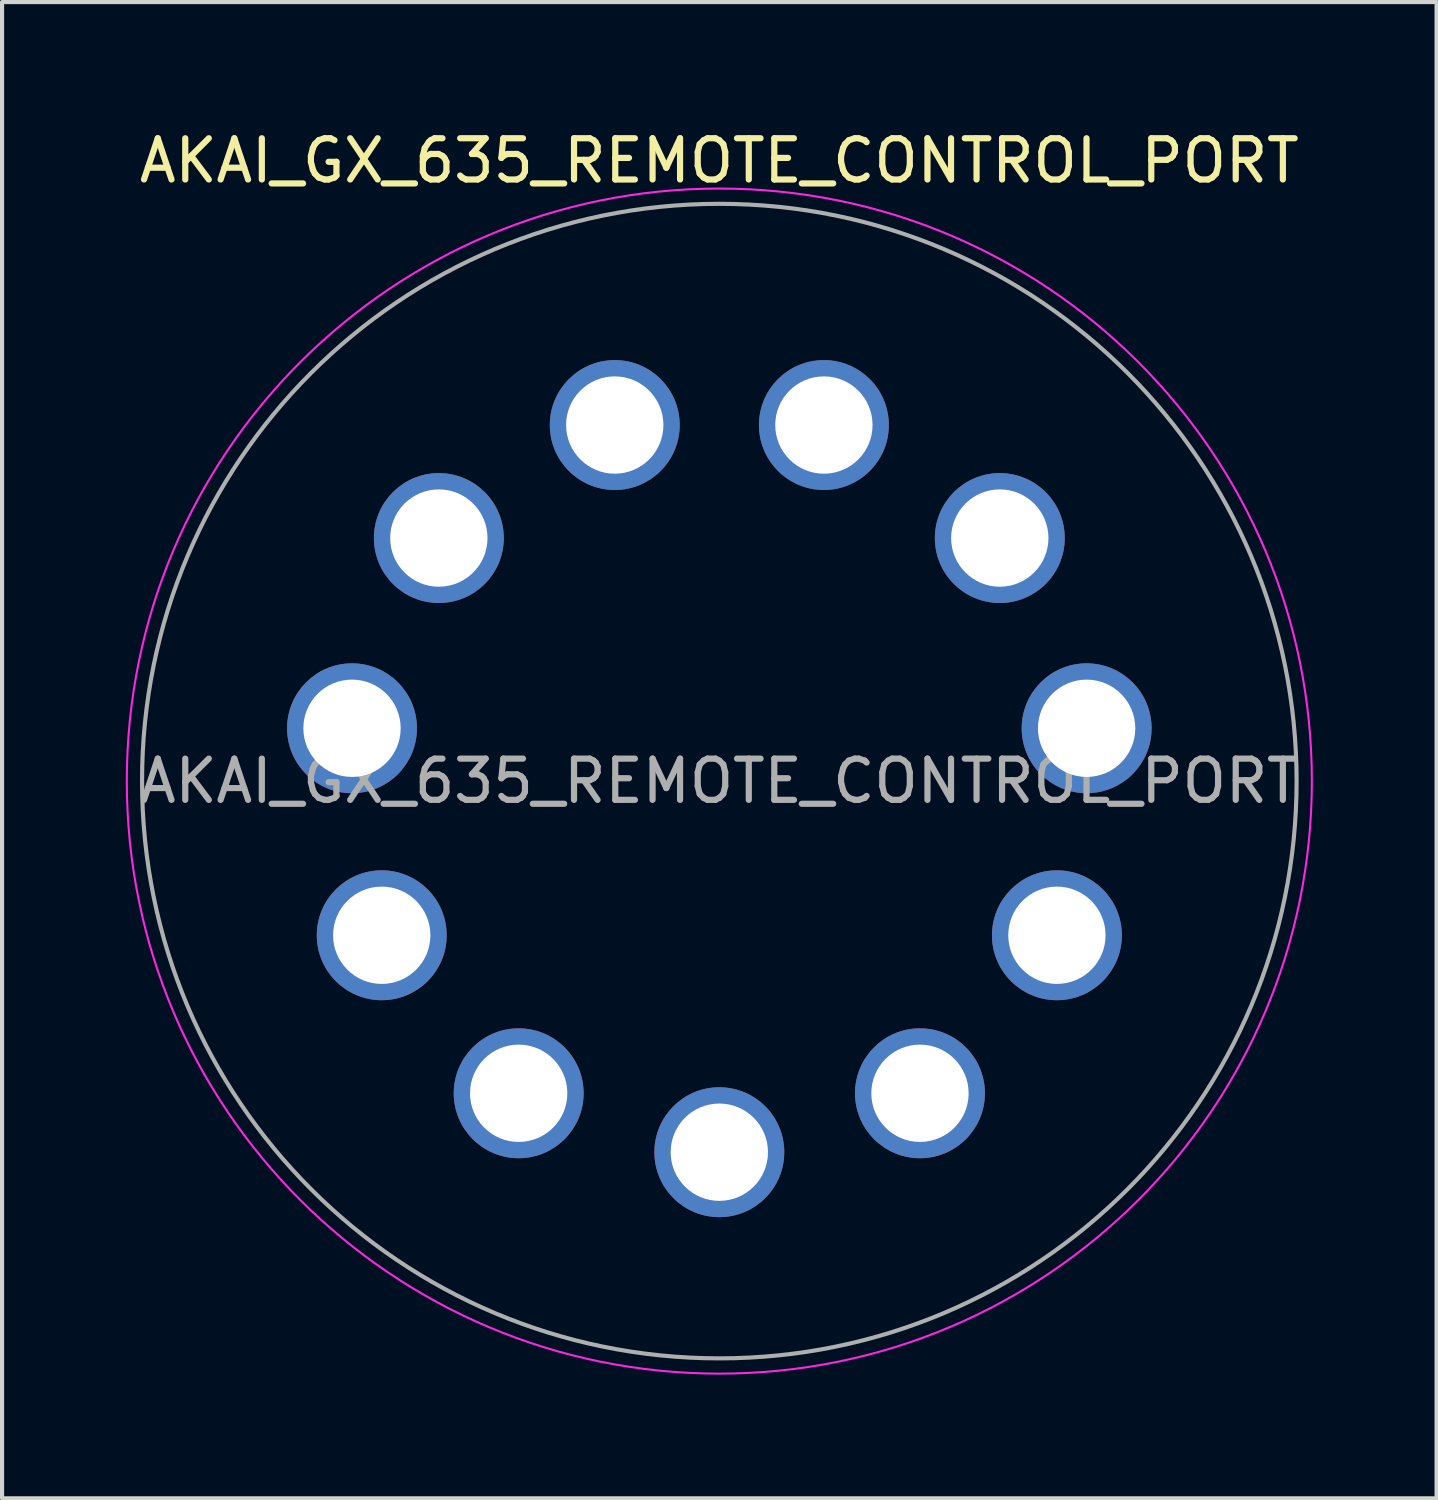
<source format=kicad_pcb>
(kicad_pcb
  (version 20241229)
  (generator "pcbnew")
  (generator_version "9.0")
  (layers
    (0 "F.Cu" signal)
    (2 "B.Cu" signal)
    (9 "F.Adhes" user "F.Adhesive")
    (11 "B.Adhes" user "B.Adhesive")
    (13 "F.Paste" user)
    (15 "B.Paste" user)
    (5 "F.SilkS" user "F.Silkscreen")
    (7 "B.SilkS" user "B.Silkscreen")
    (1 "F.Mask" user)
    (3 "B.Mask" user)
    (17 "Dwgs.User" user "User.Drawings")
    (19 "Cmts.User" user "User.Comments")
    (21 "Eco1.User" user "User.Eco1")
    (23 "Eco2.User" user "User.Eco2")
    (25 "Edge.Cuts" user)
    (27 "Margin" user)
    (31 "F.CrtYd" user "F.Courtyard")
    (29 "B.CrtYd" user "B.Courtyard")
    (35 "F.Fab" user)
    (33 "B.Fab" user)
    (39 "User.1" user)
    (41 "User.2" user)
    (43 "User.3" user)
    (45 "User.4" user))
  (footprint "AKAI_GX_635_REMOTE_CONTROL_PORT"
    (layer "F.Cu")
    (at 14.395 15.893)
    (property "Reference" "AKAI_GX_635_REMOTE_CONTROL_PORT" (at 0 -15.045 0) (layer "F.SilkS") (effects (font (size 1 1) (thickness 0.15))))
    (fp_circle (center 0 0) (end 0 14.37) (stroke (width 0.05) (type default)) (fill no) (layer "F.CrtYd"))
    (fp_circle (center 0 0) (end 0 14) (stroke (width 0.1) (type default)) (fill no) (layer "F.Fab"))
    (fp_text user "${REFERENCE}" (at 0 0 0) (layer "F.Fab") (effects (font (size 1 1) (thickness 0.15))))
    (pad "1" thru_hole oval (at 2.536 -8.635) (size 3.15 3.15) (drill 2.36) (layers "*.Cu" "*.Mask"))
    (pad "2" thru_hole oval (at 6.802 -5.894) (size 3.15 3.15) (drill 2.36) (layers "*.Cu" "*.Mask"))
    (pad "3" thru_hole oval (at 8.908 -1.281) (size 3.15 3.15) (drill 2.36) (layers "*.Cu" "*.Mask"))
    (pad "4" thru_hole oval (at 8.187 3.739) (size 3.15 3.15) (drill 2.36) (layers "*.Cu" "*.Mask"))
    (pad "5" thru_hole oval (at 4.866 7.571) (size 3.15 3.15) (drill 2.36) (layers "*.Cu" "*.Mask"))
    (pad "6" thru_hole oval (at 0 9) (size 3.15 3.15) (drill 2.36) (layers "*.Cu" "*.Mask"))
    (pad "7" thru_hole oval (at -4.866 7.571) (size 3.15 3.15) (drill 2.36) (layers "*.Cu" "*.Mask"))
    (pad "8" thru_hole oval (at -8.187 3.739) (size 3.15 3.15) (drill 2.36) (layers "*.Cu" "*.Mask"))
    (pad "9" thru_hole oval (at -8.908 -1.281) (size 3.15 3.15) (drill 2.36) (layers "*.Cu" "*.Mask"))
    (pad "10" thru_hole oval (at -6.802 -5.894) (size 3.15 3.15) (drill 2.36) (layers "*.Cu" "*.Mask"))
    (pad "11" thru_hole oval (at -2.536 -8.635) (size 3.15 3.15) (drill 2.36) (layers "*.Cu" "*.Mask")))
  (gr_rect
    (start -3 -3)
    (end 31.79 33.288)
    (stroke (width 0.1) (type default))
    (fill no)
    (layer "Edge.Cuts")))
</source>
